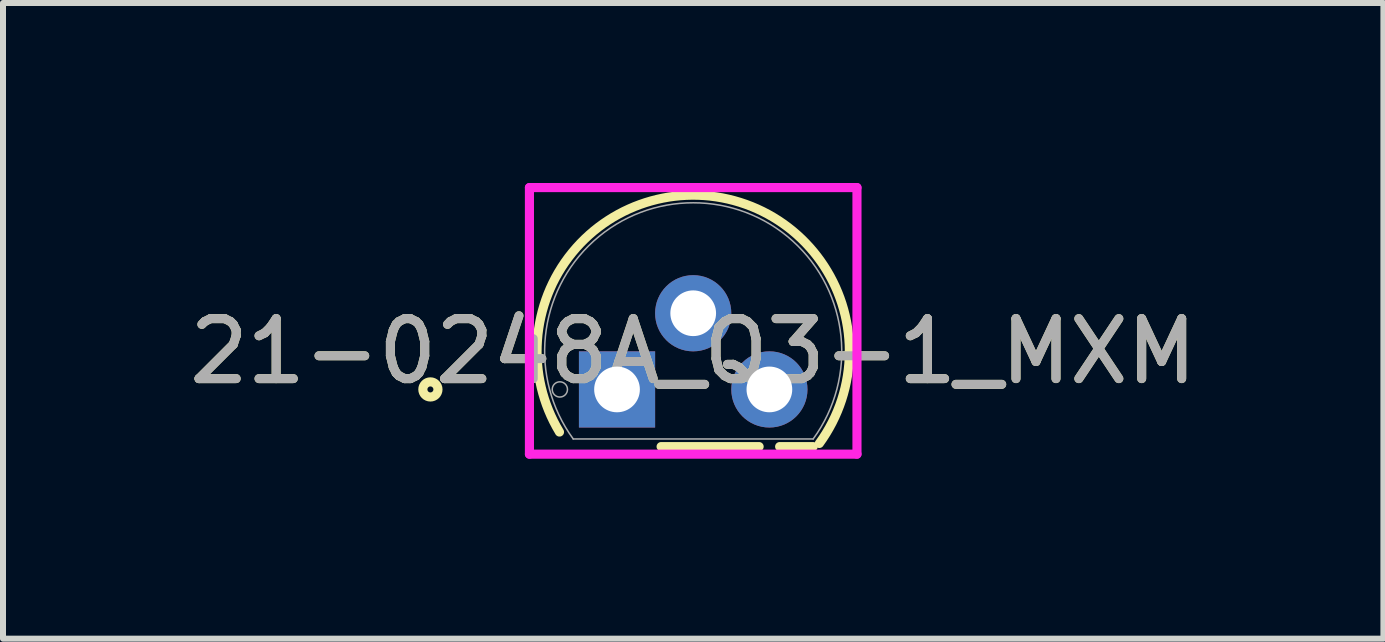
<source format=kicad_pcb>
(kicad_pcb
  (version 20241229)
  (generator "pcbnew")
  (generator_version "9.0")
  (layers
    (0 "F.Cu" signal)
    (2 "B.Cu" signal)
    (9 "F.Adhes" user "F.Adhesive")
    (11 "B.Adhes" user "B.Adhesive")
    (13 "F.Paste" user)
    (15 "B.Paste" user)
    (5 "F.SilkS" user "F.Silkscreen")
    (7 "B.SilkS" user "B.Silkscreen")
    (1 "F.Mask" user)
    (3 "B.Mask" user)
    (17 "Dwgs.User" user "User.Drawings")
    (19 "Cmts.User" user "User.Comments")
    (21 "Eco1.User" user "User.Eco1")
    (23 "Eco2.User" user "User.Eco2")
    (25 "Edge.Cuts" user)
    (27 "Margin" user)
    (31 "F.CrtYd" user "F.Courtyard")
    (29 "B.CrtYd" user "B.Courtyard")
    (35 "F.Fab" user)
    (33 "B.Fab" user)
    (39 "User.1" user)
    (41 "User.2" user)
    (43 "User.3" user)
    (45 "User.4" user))
  (footprint "21-0248A_Q3-1_MXM"
    (layer "F.Cu")
    (at 7.236 3.442)
    (property "Reference" "21-0248A_Q3-1_MXM" (at 1.27 -0.635 0) (unlocked yes) (layer "F.SilkS") (effects (font (size 1 1) (thickness 0.15))))
    (attr through_hole)
    (fp_line (start 0.735 0.953) (end 2.369 0.953) (stroke (width 0.152) (type solid)) (layer "F.SilkS"))
    (fp_line (start 2.711 0.953) (end 3.27 0.953) (stroke (width 0.152) (type solid)) (layer "F.SilkS"))
    (fp_arc (start -0.959183 0.709973) (mid 0.571955 -3.143176) (end 3.8735 -0.635) (stroke (width 0.1524) (type solid)) (layer "F.SilkS"))
    (fp_arc (start 3.8735 -0.635) (mid 3.745099 0.172524) (end 3.372563 0.900397) (stroke (width 0.1524) (type solid)) (layer "F.SilkS"))
    (fp_circle (center -3.111 0) (end -2.985 0) (stroke (width 0.152) (type solid)) (fill no) (layer "F.SilkS"))
    (fp_line (start -1.46 -3.365) (end 4 -3.365) (stroke (width 0.152) (type solid)) (layer "F.CrtYd"))
    (fp_line (start -1.46 1.079) (end -1.46 -3.365) (stroke (width 0.152) (type solid)) (layer "F.CrtYd"))
    (fp_line (start 4 -3.365) (end 4 1.079) (stroke (width 0.152) (type solid)) (layer "F.CrtYd"))
    (fp_line (start 4 1.079) (end -1.46 1.079) (stroke (width 0.152) (type solid)) (layer "F.CrtYd"))
    (fp_line (start -0.73 0.826) (end 3.27 0.826) (stroke (width 0.025) (type solid)) (layer "F.Fab"))
    (fp_line (start -0.254 0) (end 0.254 0) (stroke (width 0.152) (type solid)) (layer "F.Fab"))
    (fp_line (start 0 0.254) (end 0 -0.254) (stroke (width 0.152) (type solid)) (layer "F.Fab"))
    (fp_arc (start -0.729999 0.825499) (mid 1.27 -3.1115) (end 3.269998 0.8255) (stroke (width 0.0254) (type solid)) (layer "F.Fab"))
    (fp_circle (center -0.953 0) (end -0.826 0) (stroke (width 0.025) (type solid)) (fill no) (layer "F.Fab"))
    (fp_text user "${REFERENCE}" (at 1.27 -0.635 0) (unlocked yes) (layer "F.Fab") (effects (font (size 1 1) (thickness 0.15))))
    (pad "1" thru_hole rect (at 0 0) (size 1.27 1.27) (drill 0.762) (layers "*.Cu" "*.Mask"))
    (pad "2" thru_hole circle (at 1.27 -1.27) (size 1.27 1.27) (drill 0.762) (layers "*.Cu" "*.Mask"))
    (pad "3" thru_hole circle (at 2.54 0) (size 1.27 1.27) (drill 0.762) (layers "*.Cu" "*.Mask")))
  (gr_rect
    (start -3 -3)
    (end 20.012 7.597)
    (stroke (width 0.1) (type default))
    (fill no)
    (layer "Edge.Cuts")))
</source>
